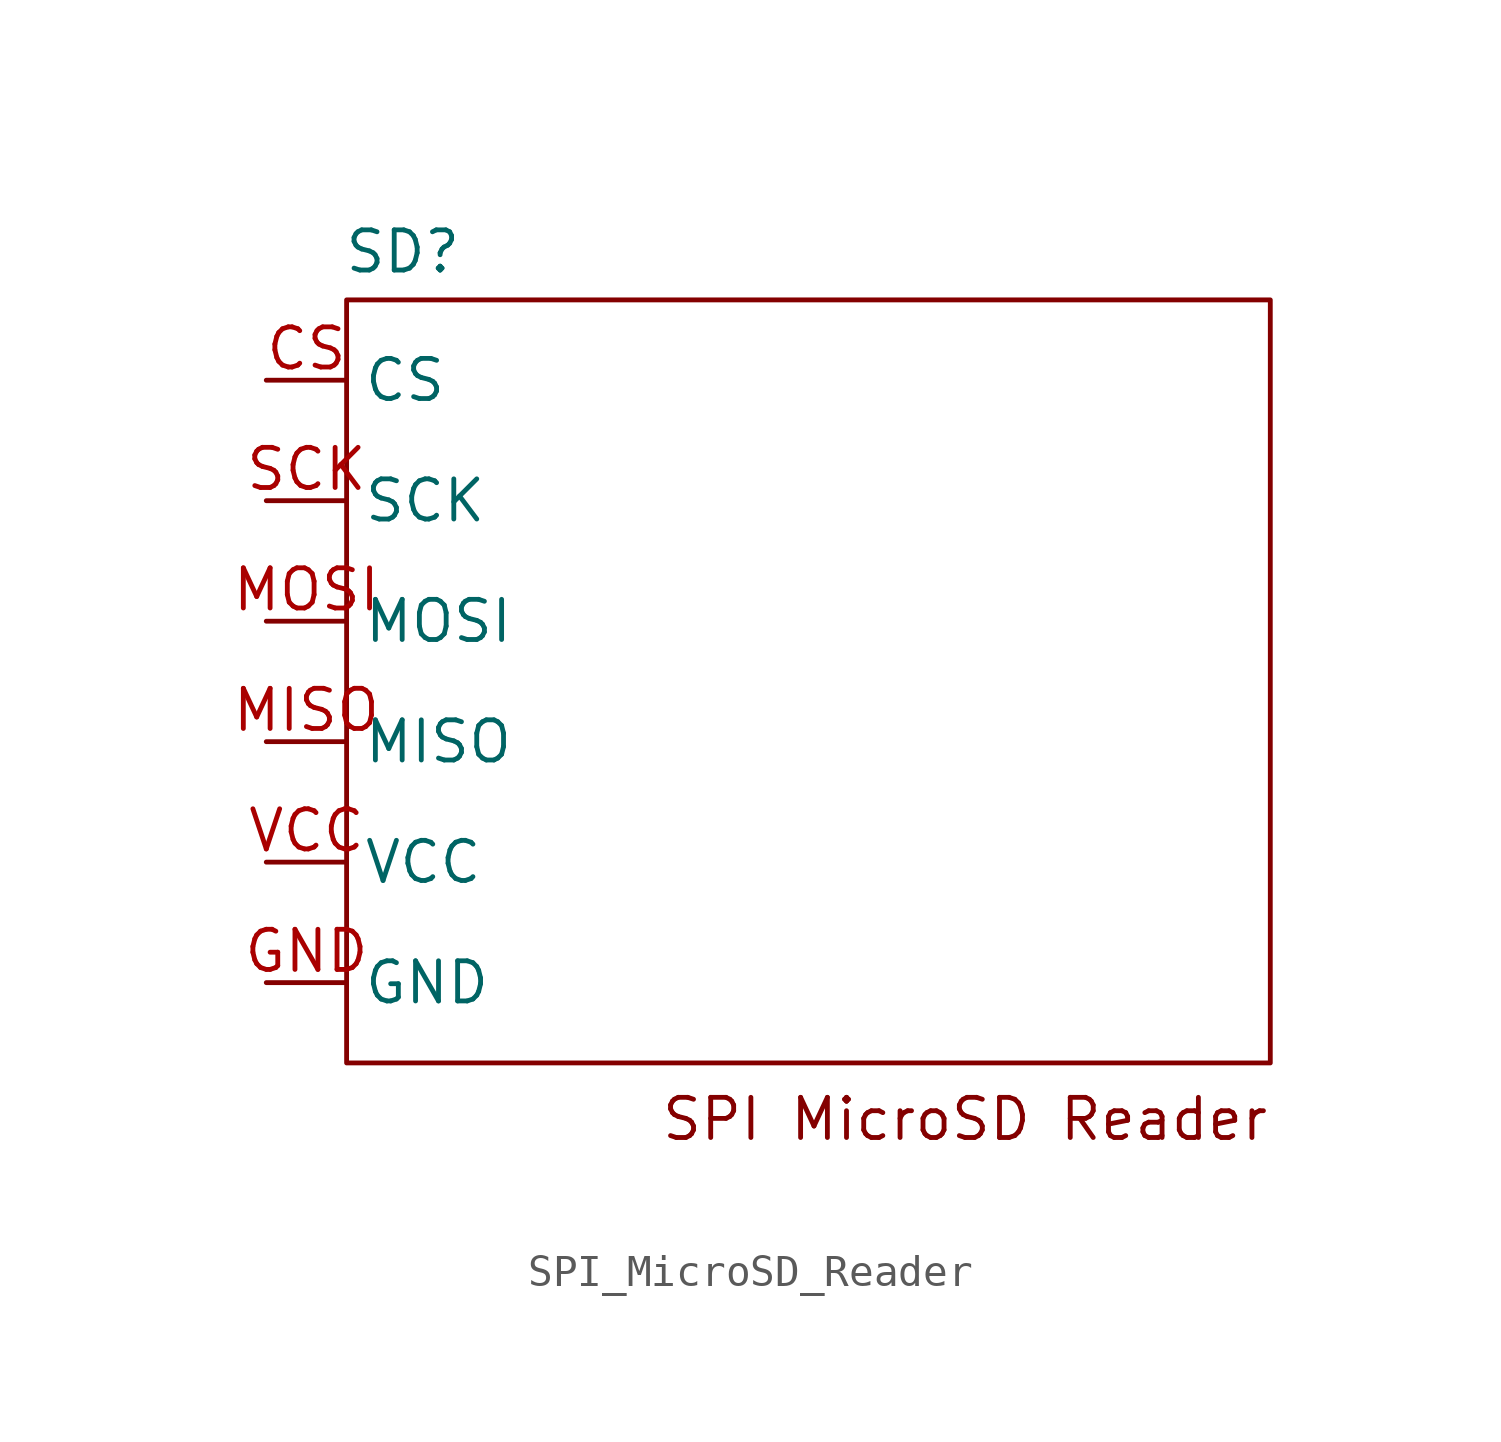
<source format=kicad_sym>
(kicad_symbol_lib
  (version 20231120)
  (generator "kicad_symbol_editor")
  (generator_version "8.0")
  (symbol "SPI_MicroSD_Reader"
    (property "Reference" "SD"
      (at -12.192 12.954 0)
      (effects (font (size 1.27 1.27))))
    (property "Value" ""
      (at -7.62 11.43 0)
      (effects (font (size 1.27 1.27))))
    (symbol "SPI_MicroSD_Reader_0_1"
      (rectangle (start -13.97 11.43) (end 15.24 -12.7) (stroke (width 0) (type default)) (fill (type none))))
    (symbol "SPI_MicroSD_Reader_1_1"
      (text "SPI MicroSD Reader" (at 5.588 -14.478 0) (effects (font (size 1.27 1.27))))
      (pin bidirectional line (at -16.51 8.89 0) (length 2.54) (name "CS" (effects (font (size 1.27 1.27)))) (number "CS" (effects (font (size 1.27 1.27)))))
      (pin input line (at -16.51 -10.16 0) (length 2.54) (name "GND" (effects (font (size 1.27 1.27)))) (number "GND" (effects (font (size 1.27 1.27)))))
      (pin bidirectional line (at -16.51 -2.54 0) (length 2.54) (name "MISO" (effects (font (size 1.27 1.27)))) (number "MISO" (effects (font (size 1.27 1.27)))))
      (pin bidirectional line (at -16.51 1.27 0) (length 2.54) (name "MOSI" (effects (font (size 1.27 1.27)))) (number "MOSI" (effects (font (size 1.27 1.27)))))
      (pin bidirectional line (at -16.51 5.08 0) (length 2.54) (name "SCK" (effects (font (size 1.27 1.27)))) (number "SCK" (effects (font (size 1.27 1.27)))))
      (pin input line (at -16.51 -6.35 0) (length 2.54) (name "VCC" (effects (font (size 1.27 1.27)))) (number "VCC" (effects (font (size 1.27 1.27))))))))
</source>
